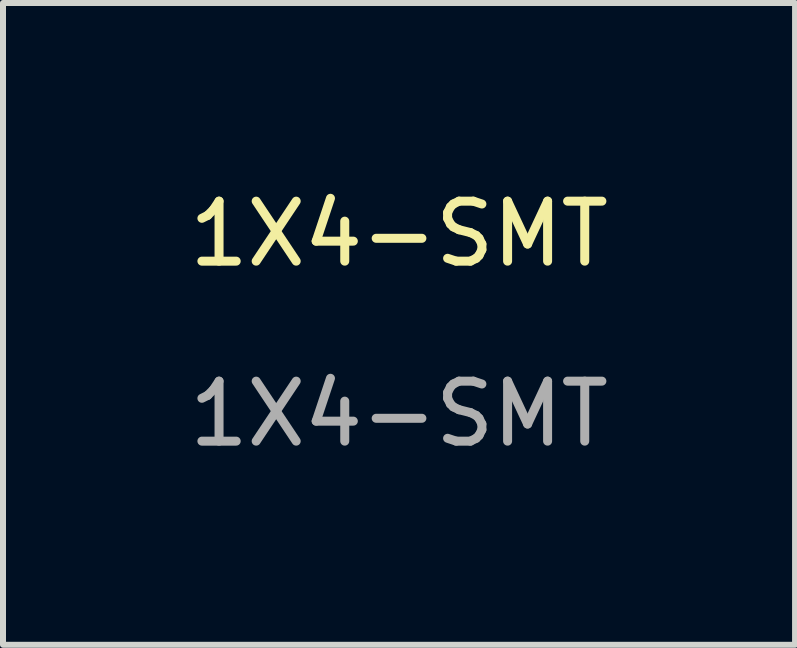
<source format=kicad_pcb>
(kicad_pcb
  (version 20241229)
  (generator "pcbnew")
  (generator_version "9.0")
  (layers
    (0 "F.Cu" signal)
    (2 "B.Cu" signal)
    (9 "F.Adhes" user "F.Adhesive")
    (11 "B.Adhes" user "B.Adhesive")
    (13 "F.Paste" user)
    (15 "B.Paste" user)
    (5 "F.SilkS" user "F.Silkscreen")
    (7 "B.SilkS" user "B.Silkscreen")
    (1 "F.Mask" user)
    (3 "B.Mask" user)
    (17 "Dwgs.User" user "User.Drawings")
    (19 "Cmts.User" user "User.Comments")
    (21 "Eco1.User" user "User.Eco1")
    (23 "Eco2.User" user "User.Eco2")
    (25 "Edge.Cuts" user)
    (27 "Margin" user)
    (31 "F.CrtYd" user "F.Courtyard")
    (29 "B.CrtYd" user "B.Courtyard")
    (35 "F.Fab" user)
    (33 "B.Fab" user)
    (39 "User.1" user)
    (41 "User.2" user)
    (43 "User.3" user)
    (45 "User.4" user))
  (footprint "1X4-SMT"
    (layer "F.Cu")
    (at 3.601 1.348)
    (property "Reference" "1X4-SMT" (at 0 -0.5 0) (unlocked yes) (layer "F.SilkS") (effects (font (size 1 1) (thickness 0.15))))
    (attr smd)
    (fp_text user "${REFERENCE}" (at 0 2.5 0) (unlocked yes) (layer "F.Fab") (effects (font (size 1 1) (thickness 0.15)))))
  (gr_rect
    (start -3 -3)
    (end 10.202 7.697)
    (stroke (width 0.1) (type default))
    (fill no)
    (layer "Edge.Cuts")))
</source>
